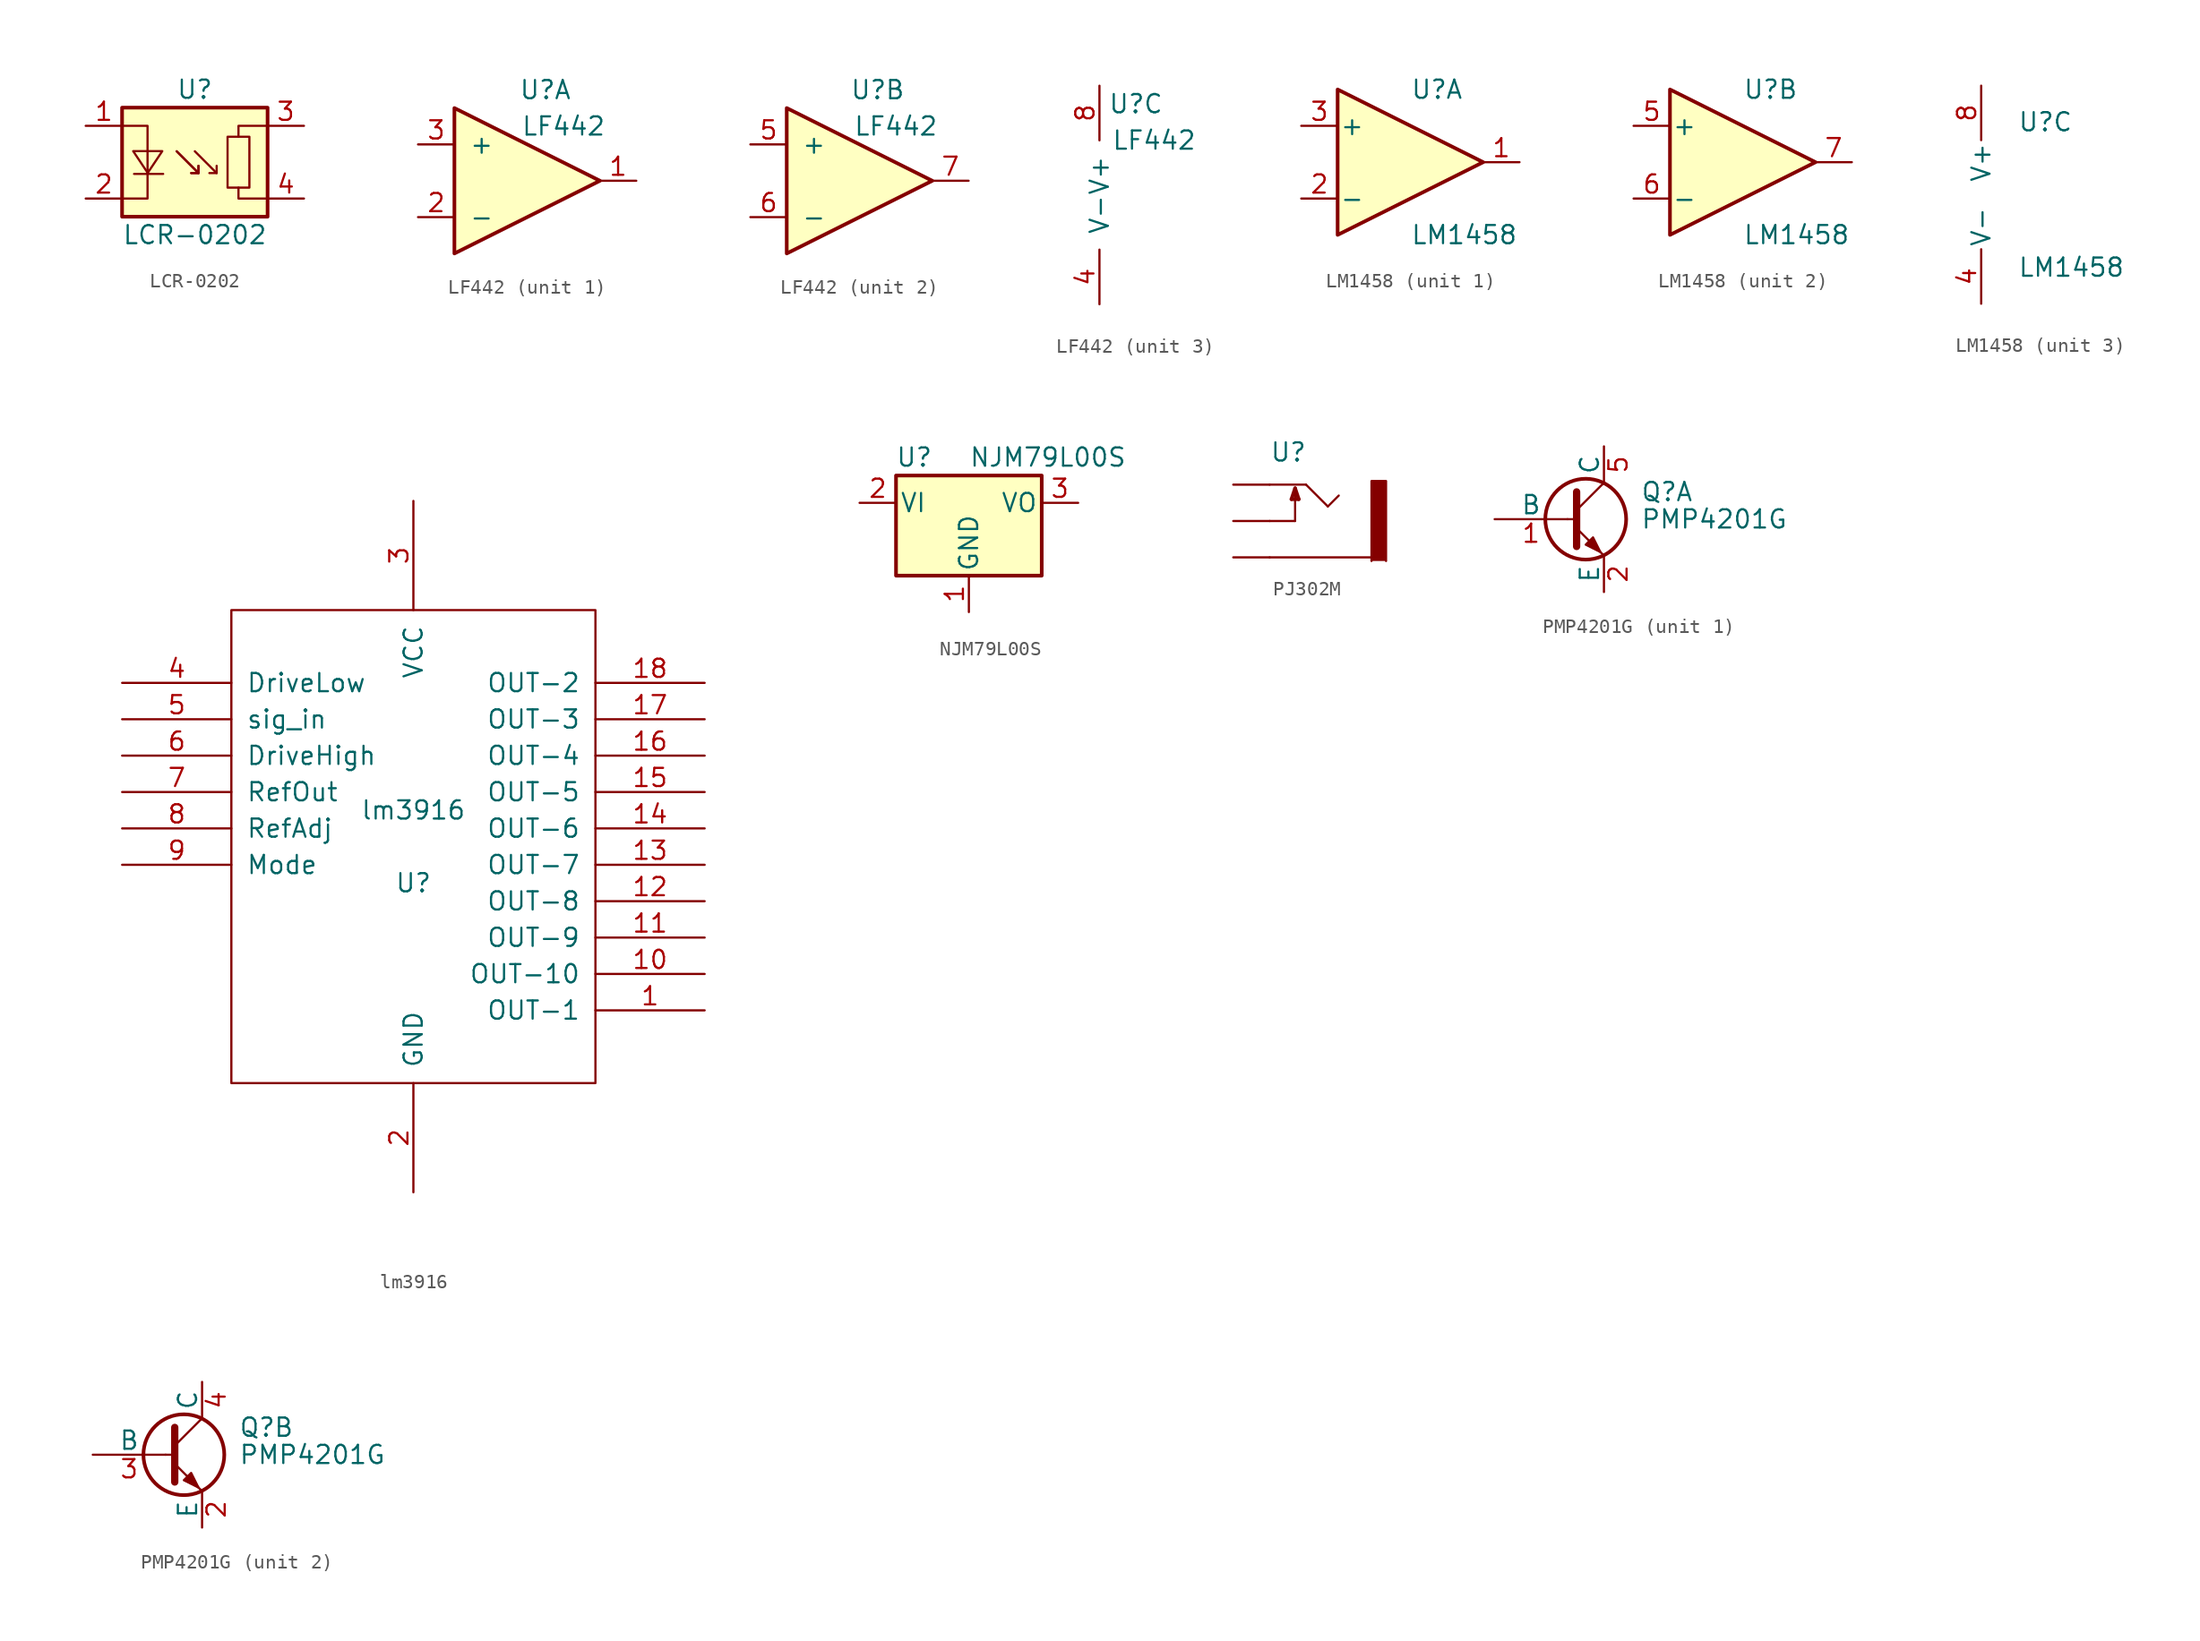
<source format=kicad_sym>
(kicad_symbol_lib
  (version 20220914)
  (generator kicad_symbol_editor)
  (symbol "LCR-0202"
    (pin_names
      (offset 1.016) hide)
    (property "Reference" "U"
      (at 0 5.08 0)
      (effects (font (size 1.27 1.27))))
    (property "Value" "LCR-0202"
      (at 0 -5.08 0)
      (effects (font (size 1.27 1.27))))
    (symbol "LCR-0202_0_1"
      (rectangle (start -5.08 3.81) (end 5.08 -3.81) (stroke (width 0.254) (type default)) (fill (type background)))
      (polyline (pts (xy -4.243 -0.82) (xy -2.211 -0.82)) (stroke (width 0) (type default)) (fill (type none)))
      (polyline (pts (xy -1.27 0.762) (xy 0.254 -0.762)) (stroke (width 0) (type default)) (fill (type none)))
      (polyline (pts (xy -1.27 0.762) (xy 0.254 -0.762)) (stroke (width 0) (type default)) (fill (type none)))
      (polyline (pts (xy 0 0.762) (xy 1.524 -0.762)) (stroke (width 0) (type default)) (fill (type none)))
      (polyline (pts (xy 0.254 -0.254) (xy 0.254 -0.762) (xy -0.254 -0.762)) (stroke (width 0) (type default)) (fill (type none)))
      (polyline (pts (xy 0.254 -0.254) (xy 0.254 -0.762) (xy -0.254 -0.762)) (stroke (width 0) (type default)) (fill (type none)))
      (polyline (pts (xy 1.524 -0.254) (xy 1.524 -0.762) (xy 1.016 -0.762)) (stroke (width 0) (type default)) (fill (type none)))
      (polyline (pts (xy 3.048 -1.778) (xy 3.048 -2.54) (xy 5.08 -2.54)) (stroke (width 0) (type default)) (fill (type none)))
      (polyline (pts (xy 3.048 1.778) (xy 3.048 2.54) (xy 5.08 2.54)) (stroke (width 0) (type default)) (fill (type none)))
      (polyline (pts (xy -5.08 -2.54) (xy -3.302 -2.54) (xy -3.302 2.54) (xy -5.08 2.54)) (stroke (width 0) (type default)) (fill (type none)))
      (rectangle (start 2.286 1.778) (end 3.81 -1.778) (stroke (width 0) (type default)) (fill (type none))))
    (symbol "LCR-0202_1_1"
      (polyline (pts (xy -4.305 0.772) (xy -3.289 -0.752) (xy -2.273 0.772) (xy -4.305 0.772)) (stroke (width 0) (type default)) (fill (type none)))
      (pin passive line (at -7.62 2.54 0) (length 2.54) (name "-" (effects (font (size 1.27 1.27)))) (number "1" (effects (font (size 1.27 1.27)))))
      (pin passive line (at -7.62 -2.54 0) (length 2.54) (name "+" (effects (font (size 1.27 1.27)))) (number "2" (effects (font (size 1.27 1.27)))))
      (pin passive line (at 7.62 2.54 180) (length 2.54) (name "~" (effects (font (size 1.27 1.27)))) (number "3" (effects (font (size 1.27 1.27)))))
      (pin passive line (at 7.62 -2.54 180) (length 2.54) (name "~" (effects (font (size 1.27 1.27)))) (number "4" (effects (font (size 1.27 1.27)))))))
  (symbol "LF442"
    (pin_names
      (offset 1.016))
    (property "Reference" "U"
      (at 2.54 6.35 0)
      (effects (font (size 1.27 1.27))))
    (property "Value" "LF442"
      (at 3.81 3.81 0)
      (effects (font (size 1.27 1.27))))
    (property "ki_locked" ""
      (at 0 0 0)
      (effects (font (size 1.27 1.27))))
    (symbol "LF442_1_1"
      (polyline (pts (xy -3.81 5.08) (xy 6.35 0) (xy -3.81 -5.08) (xy -3.81 5.08)) (stroke (width 0.254) (type default)) (fill (type background)))
      (pin output line (at 8.89 0 180) (length 2.54) (name "~" (effects (font (size 1.27 1.27)))) (number "1" (effects (font (size 1.27 1.27)))))
      (pin input line (at -6.35 -2.54 0) (length 2.54) (name "-" (effects (font (size 1.27 1.27)))) (number "2" (effects (font (size 1.27 1.27)))))
      (pin input line (at -6.35 2.54 0) (length 2.54) (name "+" (effects (font (size 1.27 1.27)))) (number "3" (effects (font (size 1.27 1.27))))))
    (symbol "LF442_2_1"
      (polyline (pts (xy -3.81 5.08) (xy 6.35 0) (xy -3.81 -5.08) (xy -3.81 5.08)) (stroke (width 0.254) (type default)) (fill (type background)))
      (pin input line (at -6.35 2.54 0) (length 2.54) (name "+" (effects (font (size 1.27 1.27)))) (number "5" (effects (font (size 1.27 1.27)))))
      (pin input line (at -6.35 -2.54 0) (length 2.54) (name "-" (effects (font (size 1.27 1.27)))) (number "6" (effects (font (size 1.27 1.27)))))
      (pin output line (at 8.89 0 180) (length 2.54) (name "~" (effects (font (size 1.27 1.27)))) (number "7" (effects (font (size 1.27 1.27))))))
    (symbol "LF442_3_1"
      (pin power_in line (at 0 -7.62 90) (length 3.81) (name "V-" (effects (font (size 1.27 1.27)))) (number "4" (effects (font (size 1.27 1.27)))))
      (pin power_in line (at 0 7.62 270) (length 3.81) (name "V+" (effects (font (size 1.27 1.27)))) (number "8" (effects (font (size 1.27 1.27)))))))
  (symbol "LM1458"
    (pin_names
      (offset 0.127))
    (property "Reference" "U"
      (at 0 5.08 0)
      (effects (font (size 1.27 1.27)) (justify left)))
    (property "Value" "LM1458"
      (at 0 -5.08 0)
      (effects (font (size 1.27 1.27)) (justify left)))
    (property "ki_locked" ""
      (at 0 0 0)
      (effects (font (size 1.27 1.27))))
    (symbol "LM1458_1_1"
      (polyline (pts (xy -5.08 5.08) (xy 5.08 0) (xy -5.08 -5.08) (xy -5.08 5.08)) (stroke (width 0.254) (type default)) (fill (type background)))
      (pin output line (at 7.62 0 180) (length 2.54) (name "~" (effects (font (size 1.27 1.27)))) (number "1" (effects (font (size 1.27 1.27)))))
      (pin input line (at -7.62 -2.54 0) (length 2.54) (name "-" (effects (font (size 1.27 1.27)))) (number "2" (effects (font (size 1.27 1.27)))))
      (pin input line (at -7.62 2.54 0) (length 2.54) (name "+" (effects (font (size 1.27 1.27)))) (number "3" (effects (font (size 1.27 1.27))))))
    (symbol "LM1458_2_1"
      (polyline (pts (xy -5.08 5.08) (xy 5.08 0) (xy -5.08 -5.08) (xy -5.08 5.08)) (stroke (width 0.254) (type default)) (fill (type background)))
      (pin input line (at -7.62 2.54 0) (length 2.54) (name "+" (effects (font (size 1.27 1.27)))) (number "5" (effects (font (size 1.27 1.27)))))
      (pin input line (at -7.62 -2.54 0) (length 2.54) (name "-" (effects (font (size 1.27 1.27)))) (number "6" (effects (font (size 1.27 1.27)))))
      (pin output line (at 7.62 0 180) (length 2.54) (name "~" (effects (font (size 1.27 1.27)))) (number "7" (effects (font (size 1.27 1.27))))))
    (symbol "LM1458_3_1"
      (pin power_in line (at -2.54 -7.62 90) (length 3.81) (name "V-" (effects (font (size 1.27 1.27)))) (number "4" (effects (font (size 1.27 1.27)))))
      (pin power_in line (at -2.54 7.62 270) (length 3.81) (name "V+" (effects (font (size 1.27 1.27)))) (number "8" (effects (font (size 1.27 1.27)))))))
  (symbol "lm3916"
    (pin_names
      (offset 1.016))
    (property "Reference" "U"
      (at 0 -2.54 0)
      (effects (font (size 1.27 1.27))))
    (property "Value" "lm3916"
      (at 0 2.54 0)
      (effects (font (size 1.27 1.27))))
    (symbol "lm3916_1_0"
      (rectangle (start -12.7 -16.51) (end 12.7 16.51) (stroke (width 0) (type default)) (fill (type none))))
    (symbol "lm3916_1_1"
      (pin output line (at 20.32 -11.43 180) (length 7.62) (name "OUT-1" (effects (font (size 1.27 1.27)))) (number "1" (effects (font (size 1.27 1.27)))))
      (pin output line (at 20.32 -8.89 180) (length 7.62) (name "OUT-10" (effects (font (size 1.27 1.27)))) (number "10" (effects (font (size 1.27 1.27)))))
      (pin output line (at 20.32 -6.35 180) (length 7.62) (name "OUT-9" (effects (font (size 1.27 1.27)))) (number "11" (effects (font (size 1.27 1.27)))))
      (pin output line (at 20.32 -3.81 180) (length 7.62) (name "OUT-8" (effects (font (size 1.27 1.27)))) (number "12" (effects (font (size 1.27 1.27)))))
      (pin output line (at 20.32 -1.27 180) (length 7.62) (name "OUT-7" (effects (font (size 1.27 1.27)))) (number "13" (effects (font (size 1.27 1.27)))))
      (pin output line (at 20.32 1.27 180) (length 7.62) (name "OUT-6" (effects (font (size 1.27 1.27)))) (number "14" (effects (font (size 1.27 1.27)))))
      (pin output line (at 20.32 3.81 180) (length 7.62) (name "OUT-5" (effects (font (size 1.27 1.27)))) (number "15" (effects (font (size 1.27 1.27)))))
      (pin output line (at 20.32 6.35 180) (length 7.62) (name "OUT-4" (effects (font (size 1.27 1.27)))) (number "16" (effects (font (size 1.27 1.27)))))
      (pin output line (at 20.32 8.89 180) (length 7.62) (name "OUT-3" (effects (font (size 1.27 1.27)))) (number "17" (effects (font (size 1.27 1.27)))))
      (pin output line (at 20.32 11.43 180) (length 7.62) (name "OUT-2" (effects (font (size 1.27 1.27)))) (number "18" (effects (font (size 1.27 1.27)))))
      (pin power_in line (at 0 -24.13 90) (length 7.62) (name "GND" (effects (font (size 1.27 1.27)))) (number "2" (effects (font (size 1.27 1.27)))))
      (pin power_in line (at 0 24.13 270) (length 7.62) (name "VCC" (effects (font (size 1.27 1.27)))) (number "3" (effects (font (size 1.27 1.27)))))
      (pin input line (at -20.32 11.43 0) (length 7.62) (name "DriveLow" (effects (font (size 1.27 1.27)))) (number "4" (effects (font (size 1.27 1.27)))))
      (pin input line (at -20.32 8.89 0) (length 7.62) (name "sig_in" (effects (font (size 1.27 1.27)))) (number "5" (effects (font (size 1.27 1.27)))))
      (pin input line (at -20.32 6.35 0) (length 7.62) (name "DriveHigh" (effects (font (size 1.27 1.27)))) (number "6" (effects (font (size 1.27 1.27)))))
      (pin input line (at -20.32 3.81 0) (length 7.62) (name "RefOut" (effects (font (size 1.27 1.27)))) (number "7" (effects (font (size 1.27 1.27)))))
      (pin input line (at -20.32 1.27 0) (length 7.62) (name "RefAdj" (effects (font (size 1.27 1.27)))) (number "8" (effects (font (size 1.27 1.27)))))
      (pin input line (at -20.32 -1.27 0) (length 7.62) (name "Mode" (effects (font (size 1.27 1.27)))) (number "9" (effects (font (size 1.27 1.27)))))))
  (symbol "NJM79L00S"
    (pin_names
      (offset 0.254))
    (property "Reference" "U"
      (at -3.81 3.175 0)
      (effects (font (size 1.27 1.27))))
    (property "Value" "NJM79L00S"
      (at 0 3.175 0)
      (effects (font (size 1.27 1.27)) (justify left)))
    (symbol "NJM79L00S_0_1"
      (rectangle (start -5.08 -5.08) (end 5.08 1.905) (stroke (width 0.254) (type default)) (fill (type background))))
    (symbol "NJM79L00S_1_1"
      (pin power_in line (at 0 -7.62 90) (length 2.54) (name "GND" (effects (font (size 1.27 1.27)))) (number "1" (effects (font (size 1.27 1.27)))))
      (pin power_in line (at -7.62 0 0) (length 2.54) (name "VI" (effects (font (size 1.27 1.27)))) (number "2" (effects (font (size 1.27 1.27)))))
      (pin power_out line (at 7.62 0 180) (length 2.54) (name "VO" (effects (font (size 1.27 1.27)))) (number "3" (effects (font (size 1.27 1.27)))))))
  (symbol "PJ302M"
    (pin_numbers hide)
    (pin_names
      (offset 1.016) hide)
    (property "Reference" "U"
      (at -2.54 4.064 0)
      (effects (font (size 1.27 1.27)) (justify left bottom)))
    (property "ki_locked" ""
      (at 0 0 0)
      (effects (font (size 1.27 1.27))))
    (symbol "PJ302M_0_0"
      (polyline (pts (xy -2.54 -2.54) (xy 4.572 -2.54)) (stroke (width 0.152) (type default)) (fill (type none)))
      (polyline (pts (xy -2.54 0) (xy -0.762 0)) (stroke (width 0.152) (type default)) (fill (type none)))
      (polyline (pts (xy -2.54 2.54) (xy 0 2.54)) (stroke (width 0.152) (type default)) (fill (type none)))
      (polyline (pts (xy -1.016 1.524) (xy -0.508 1.524)) (stroke (width 0.254) (type default)) (fill (type none)))
      (polyline (pts (xy -0.762 0) (xy -0.762 2.286)) (stroke (width 0.152) (type default)) (fill (type none)))
      (polyline (pts (xy -0.762 2.286) (xy -1.016 1.524)) (stroke (width 0.254) (type default)) (fill (type none)))
      (polyline (pts (xy -0.508 1.524) (xy -0.762 2.286)) (stroke (width 0.254) (type default)) (fill (type none)))
      (polyline (pts (xy 0 2.54) (xy 1.524 1.016)) (stroke (width 0.152) (type default)) (fill (type none)))
      (polyline (pts (xy 1.524 1.016) (xy 2.286 1.778)) (stroke (width 0.152) (type default)) (fill (type none)))
      (polyline (pts (xy 4.572 -2.794) (xy 4.572 2.794) (xy 5.588 2.794) (xy 5.588 -2.794)) (stroke (width 0) (type default)) (fill (type outline)))
      (pin passive line (at -5.08 -2.54 0) (length 2.54) (name "SLEEVE" (effects (font (size 1.016 1.016)))) (number "GND" (effects (font (size 1.016 1.016)))))
      (pin passive line (at -5.08 0 0) (length 2.54) (name "SWITCH" (effects (font (size 1.016 1.016)))) (number "SW" (effects (font (size 1.016 1.016)))))
      (pin passive line (at -5.08 2.54 0) (length 2.54) (name "TIP" (effects (font (size 1.016 1.016)))) (number "TIP" (effects (font (size 1.016 1.016)))))))
  (symbol "PMP4201G"
    (pin_names
      (offset 0))
    (property "Reference" "Q"
      (at 5.08 1.905 0)
      (effects (font (size 1.27 1.27)) (justify left)))
    (property "Value" "PMP4201G"
      (at 5.08 0 0)
      (effects (font (size 1.27 1.27)) (justify left)))
    (property "Datasheet" ""
      (at 0 0 0)
      (effects (font (size 1.27 1.27)) (justify left)))
    (symbol "PMP4201G_0_1"
      (polyline (pts (xy 0 0) (xy 0.635 0)) (stroke (width 0) (type default)) (fill (type none)))
      (polyline (pts (xy 0.635 0.635) (xy 2.54 2.54)) (stroke (width 0) (type default)) (fill (type none)))
      (polyline (pts (xy 0.635 -0.635) (xy 2.54 -2.54) (xy 2.54 -2.54)) (stroke (width 0) (type default)) (fill (type none)))
      (polyline (pts (xy 0.635 1.905) (xy 0.635 -1.905) (xy 0.635 -1.905)) (stroke (width 0.508) (type default)) (fill (type none)))
      (polyline (pts (xy 1.27 -1.778) (xy 1.778 -1.27) (xy 2.286 -2.286) (xy 1.27 -1.778) (xy 1.27 -1.778)) (stroke (width 0) (type default)) (fill (type outline)))
      (circle (center 1.27 0) (radius 2.819) (stroke (width 0.254) (type default)) (fill (type none))))
    (symbol "PMP4201G_1_1"
      (pin input line (at -5.08 0 0) (length 5.08) (name "B" (effects (font (size 1.27 1.27)))) (number "1" (effects (font (size 1.27 1.27)))))
      (pin passive line (at 2.54 -5.08 90) (length 2.54) (name "E" (effects (font (size 1.27 1.27)))) (number "2" (effects (font (size 1.27 1.27)))))
      (pin passive line (at 2.54 5.08 270) (length 2.54) (name "C" (effects (font (size 1.27 1.27)))) (number "5" (effects (font (size 1.27 1.27))))))
    (symbol "PMP4201G_2_1"
      (pin passive line (at 2.54 -5.08 90) (length 2.54) (name "E" (effects (font (size 1.27 1.27)))) (number "2" (effects (font (size 1.27 1.27)))))
      (pin input line (at -5.08 0 0) (length 5.08) (name "B" (effects (font (size 1.27 1.27)))) (number "3" (effects (font (size 1.27 1.27)))))
      (pin passive line (at 2.54 5.08 270) (length 2.54) (name "C" (effects (font (size 1.27 1.27)))) (number "4" (effects (font (size 1.27 1.27))))))))
</source>
